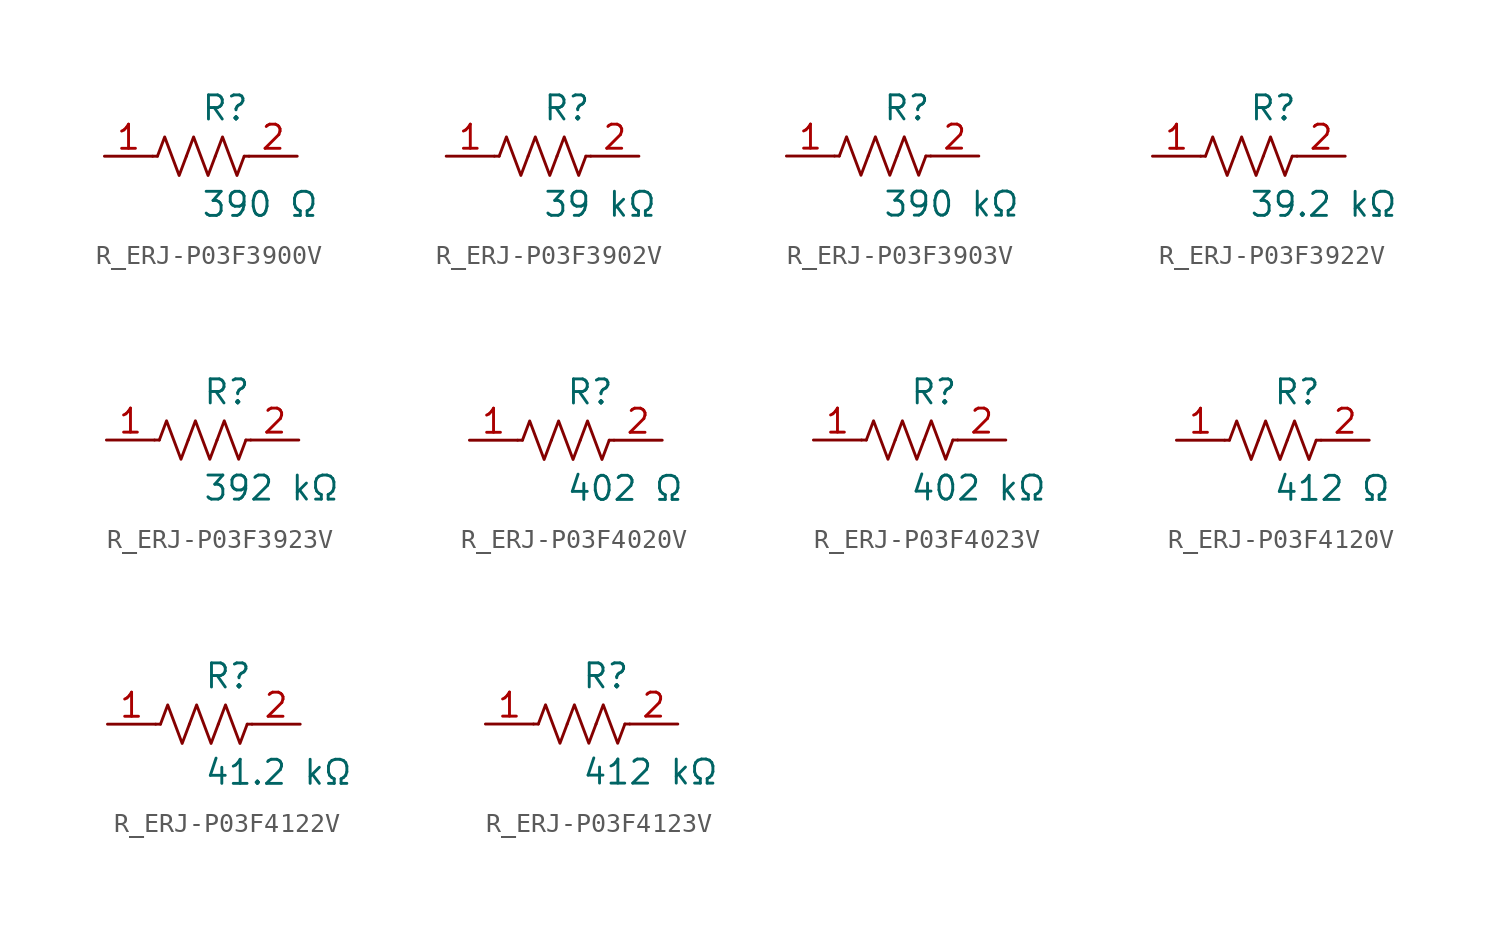
<source format=kicad_sym>
(kicad_symbol_lib
  (version 20231120)
  (generator kicad_symbol_editor)
  (generator_version 8.0)
  (symbol "R_ERJ-P03F3900V"
    (pin_names
      (offset 0.254))
    (property "Reference" "R"
      (at 0.0 2.54 0)
      (effects (font (size 1.27 1.27)) (justify left)))
    (property "Value" "390 Ω"
      (at 0.0 -2.54 0)
      (effects (font (size 1.27 1.27)) (justify left)))
    (symbol "R_ERJ-P03F3900V_0_1"
      (polyline (pts (xy 2.286 0) (xy 2.54 0)) (stroke (width 0) (type default)) (fill (type none)))
      (polyline (pts (xy -2.286 0) (xy -2.54 0)) (stroke (width 0) (type default)) (fill (type none)))
      (polyline (pts (xy 0.762 0) (xy 1.143 1.016) (xy 1.524 0) (xy 1.905 -1.016) (xy 2.286 0)) (stroke (width 0) (type default)) (fill (type none)))
      (polyline (pts (xy -0.762 0) (xy -0.381 1.016) (xy 0 0) (xy 0.381 -1.016) (xy 0.762 0)) (stroke (width 0) (type default)) (fill (type none)))
      (polyline (pts (xy -2.286 0) (xy -1.905 1.016) (xy -1.524 0) (xy -1.143 -1.016) (xy -0.762 0)) (stroke (width 0) (type default)) (fill (type none))))
    (pin unspecified line
      (at -5.08 0 0)
      (length 2.54)
      (name "" (effects (font (size 1.27 1.27))))
      (number "1" (effects (font (size 1.27 1.27)))))
    (pin unspecified line
      (at 5.08 0 180)
      (length 2.54)
      (name "" (effects (font (size 1.27 1.27))))
      (number "2" (effects (font (size 1.27 1.27))))))
  (symbol "R_ERJ-P03F3902V"
    (pin_names
      (offset 0.254))
    (property "Reference" "R"
      (at 0.0 2.54 0)
      (effects (font (size 1.27 1.27)) (justify left)))
    (property "Value" "39 kΩ"
      (at 0.0 -2.54 0)
      (effects (font (size 1.27 1.27)) (justify left)))
    (symbol "R_ERJ-P03F3902V_0_1"
      (polyline (pts (xy 2.286 0) (xy 2.54 0)) (stroke (width 0) (type default)) (fill (type none)))
      (polyline (pts (xy -2.286 0) (xy -2.54 0)) (stroke (width 0) (type default)) (fill (type none)))
      (polyline (pts (xy 0.762 0) (xy 1.143 1.016) (xy 1.524 0) (xy 1.905 -1.016) (xy 2.286 0)) (stroke (width 0) (type default)) (fill (type none)))
      (polyline (pts (xy -0.762 0) (xy -0.381 1.016) (xy 0 0) (xy 0.381 -1.016) (xy 0.762 0)) (stroke (width 0) (type default)) (fill (type none)))
      (polyline (pts (xy -2.286 0) (xy -1.905 1.016) (xy -1.524 0) (xy -1.143 -1.016) (xy -0.762 0)) (stroke (width 0) (type default)) (fill (type none))))
    (pin unspecified line
      (at -5.08 0 0)
      (length 2.54)
      (name "" (effects (font (size 1.27 1.27))))
      (number "1" (effects (font (size 1.27 1.27)))))
    (pin unspecified line
      (at 5.08 0 180)
      (length 2.54)
      (name "" (effects (font (size 1.27 1.27))))
      (number "2" (effects (font (size 1.27 1.27))))))
  (symbol "R_ERJ-P03F3903V"
    (pin_names
      (offset 0.254))
    (property "Reference" "R"
      (at 0.0 2.54 0)
      (effects (font (size 1.27 1.27)) (justify left)))
    (property "Value" "390 kΩ"
      (at 0.0 -2.54 0)
      (effects (font (size 1.27 1.27)) (justify left)))
    (symbol "R_ERJ-P03F3903V_0_1"
      (polyline (pts (xy 2.286 0) (xy 2.54 0)) (stroke (width 0) (type default)) (fill (type none)))
      (polyline (pts (xy -2.286 0) (xy -2.54 0)) (stroke (width 0) (type default)) (fill (type none)))
      (polyline (pts (xy 0.762 0) (xy 1.143 1.016) (xy 1.524 0) (xy 1.905 -1.016) (xy 2.286 0)) (stroke (width 0) (type default)) (fill (type none)))
      (polyline (pts (xy -0.762 0) (xy -0.381 1.016) (xy 0 0) (xy 0.381 -1.016) (xy 0.762 0)) (stroke (width 0) (type default)) (fill (type none)))
      (polyline (pts (xy -2.286 0) (xy -1.905 1.016) (xy -1.524 0) (xy -1.143 -1.016) (xy -0.762 0)) (stroke (width 0) (type default)) (fill (type none))))
    (pin unspecified line
      (at -5.08 0 0)
      (length 2.54)
      (name "" (effects (font (size 1.27 1.27))))
      (number "1" (effects (font (size 1.27 1.27)))))
    (pin unspecified line
      (at 5.08 0 180)
      (length 2.54)
      (name "" (effects (font (size 1.27 1.27))))
      (number "2" (effects (font (size 1.27 1.27))))))
  (symbol "R_ERJ-P03F3922V"
    (pin_names
      (offset 0.254))
    (property "Reference" "R"
      (at 0.0 2.54 0)
      (effects (font (size 1.27 1.27)) (justify left)))
    (property "Value" "39.2 kΩ"
      (at 0.0 -2.54 0)
      (effects (font (size 1.27 1.27)) (justify left)))
    (symbol "R_ERJ-P03F3922V_0_1"
      (polyline (pts (xy 2.286 0) (xy 2.54 0)) (stroke (width 0) (type default)) (fill (type none)))
      (polyline (pts (xy -2.286 0) (xy -2.54 0)) (stroke (width 0) (type default)) (fill (type none)))
      (polyline (pts (xy 0.762 0) (xy 1.143 1.016) (xy 1.524 0) (xy 1.905 -1.016) (xy 2.286 0)) (stroke (width 0) (type default)) (fill (type none)))
      (polyline (pts (xy -0.762 0) (xy -0.381 1.016) (xy 0 0) (xy 0.381 -1.016) (xy 0.762 0)) (stroke (width 0) (type default)) (fill (type none)))
      (polyline (pts (xy -2.286 0) (xy -1.905 1.016) (xy -1.524 0) (xy -1.143 -1.016) (xy -0.762 0)) (stroke (width 0) (type default)) (fill (type none))))
    (pin unspecified line
      (at -5.08 0 0)
      (length 2.54)
      (name "" (effects (font (size 1.27 1.27))))
      (number "1" (effects (font (size 1.27 1.27)))))
    (pin unspecified line
      (at 5.08 0 180)
      (length 2.54)
      (name "" (effects (font (size 1.27 1.27))))
      (number "2" (effects (font (size 1.27 1.27))))))
  (symbol "R_ERJ-P03F3923V"
    (pin_names
      (offset 0.254))
    (property "Reference" "R"
      (at 0.0 2.54 0)
      (effects (font (size 1.27 1.27)) (justify left)))
    (property "Value" "392 kΩ"
      (at 0.0 -2.54 0)
      (effects (font (size 1.27 1.27)) (justify left)))
    (symbol "R_ERJ-P03F3923V_0_1"
      (polyline (pts (xy 2.286 0) (xy 2.54 0)) (stroke (width 0) (type default)) (fill (type none)))
      (polyline (pts (xy -2.286 0) (xy -2.54 0)) (stroke (width 0) (type default)) (fill (type none)))
      (polyline (pts (xy 0.762 0) (xy 1.143 1.016) (xy 1.524 0) (xy 1.905 -1.016) (xy 2.286 0)) (stroke (width 0) (type default)) (fill (type none)))
      (polyline (pts (xy -0.762 0) (xy -0.381 1.016) (xy 0 0) (xy 0.381 -1.016) (xy 0.762 0)) (stroke (width 0) (type default)) (fill (type none)))
      (polyline (pts (xy -2.286 0) (xy -1.905 1.016) (xy -1.524 0) (xy -1.143 -1.016) (xy -0.762 0)) (stroke (width 0) (type default)) (fill (type none))))
    (pin unspecified line
      (at -5.08 0 0)
      (length 2.54)
      (name "" (effects (font (size 1.27 1.27))))
      (number "1" (effects (font (size 1.27 1.27)))))
    (pin unspecified line
      (at 5.08 0 180)
      (length 2.54)
      (name "" (effects (font (size 1.27 1.27))))
      (number "2" (effects (font (size 1.27 1.27))))))
  (symbol "R_ERJ-P03F4020V"
    (pin_names
      (offset 0.254))
    (property "Reference" "R"
      (at 0.0 2.54 0)
      (effects (font (size 1.27 1.27)) (justify left)))
    (property "Value" "402 Ω"
      (at 0.0 -2.54 0)
      (effects (font (size 1.27 1.27)) (justify left)))
    (symbol "R_ERJ-P03F4020V_0_1"
      (polyline (pts (xy 2.286 0) (xy 2.54 0)) (stroke (width 0) (type default)) (fill (type none)))
      (polyline (pts (xy -2.286 0) (xy -2.54 0)) (stroke (width 0) (type default)) (fill (type none)))
      (polyline (pts (xy 0.762 0) (xy 1.143 1.016) (xy 1.524 0) (xy 1.905 -1.016) (xy 2.286 0)) (stroke (width 0) (type default)) (fill (type none)))
      (polyline (pts (xy -0.762 0) (xy -0.381 1.016) (xy 0 0) (xy 0.381 -1.016) (xy 0.762 0)) (stroke (width 0) (type default)) (fill (type none)))
      (polyline (pts (xy -2.286 0) (xy -1.905 1.016) (xy -1.524 0) (xy -1.143 -1.016) (xy -0.762 0)) (stroke (width 0) (type default)) (fill (type none))))
    (pin unspecified line
      (at -5.08 0 0)
      (length 2.54)
      (name "" (effects (font (size 1.27 1.27))))
      (number "1" (effects (font (size 1.27 1.27)))))
    (pin unspecified line
      (at 5.08 0 180)
      (length 2.54)
      (name "" (effects (font (size 1.27 1.27))))
      (number "2" (effects (font (size 1.27 1.27))))))
  (symbol "R_ERJ-P03F4023V"
    (pin_names
      (offset 0.254))
    (property "Reference" "R"
      (at 0.0 2.54 0)
      (effects (font (size 1.27 1.27)) (justify left)))
    (property "Value" "402 kΩ"
      (at 0.0 -2.54 0)
      (effects (font (size 1.27 1.27)) (justify left)))
    (symbol "R_ERJ-P03F4023V_0_1"
      (polyline (pts (xy 2.286 0) (xy 2.54 0)) (stroke (width 0) (type default)) (fill (type none)))
      (polyline (pts (xy -2.286 0) (xy -2.54 0)) (stroke (width 0) (type default)) (fill (type none)))
      (polyline (pts (xy 0.762 0) (xy 1.143 1.016) (xy 1.524 0) (xy 1.905 -1.016) (xy 2.286 0)) (stroke (width 0) (type default)) (fill (type none)))
      (polyline (pts (xy -0.762 0) (xy -0.381 1.016) (xy 0 0) (xy 0.381 -1.016) (xy 0.762 0)) (stroke (width 0) (type default)) (fill (type none)))
      (polyline (pts (xy -2.286 0) (xy -1.905 1.016) (xy -1.524 0) (xy -1.143 -1.016) (xy -0.762 0)) (stroke (width 0) (type default)) (fill (type none))))
    (pin unspecified line
      (at -5.08 0 0)
      (length 2.54)
      (name "" (effects (font (size 1.27 1.27))))
      (number "1" (effects (font (size 1.27 1.27)))))
    (pin unspecified line
      (at 5.08 0 180)
      (length 2.54)
      (name "" (effects (font (size 1.27 1.27))))
      (number "2" (effects (font (size 1.27 1.27))))))
  (symbol "R_ERJ-P03F4120V"
    (pin_names
      (offset 0.254))
    (property "Reference" "R"
      (at 0.0 2.54 0)
      (effects (font (size 1.27 1.27)) (justify left)))
    (property "Value" "412 Ω"
      (at 0.0 -2.54 0)
      (effects (font (size 1.27 1.27)) (justify left)))
    (symbol "R_ERJ-P03F4120V_0_1"
      (polyline (pts (xy 2.286 0) (xy 2.54 0)) (stroke (width 0) (type default)) (fill (type none)))
      (polyline (pts (xy -2.286 0) (xy -2.54 0)) (stroke (width 0) (type default)) (fill (type none)))
      (polyline (pts (xy 0.762 0) (xy 1.143 1.016) (xy 1.524 0) (xy 1.905 -1.016) (xy 2.286 0)) (stroke (width 0) (type default)) (fill (type none)))
      (polyline (pts (xy -0.762 0) (xy -0.381 1.016) (xy 0 0) (xy 0.381 -1.016) (xy 0.762 0)) (stroke (width 0) (type default)) (fill (type none)))
      (polyline (pts (xy -2.286 0) (xy -1.905 1.016) (xy -1.524 0) (xy -1.143 -1.016) (xy -0.762 0)) (stroke (width 0) (type default)) (fill (type none))))
    (pin unspecified line
      (at -5.08 0 0)
      (length 2.54)
      (name "" (effects (font (size 1.27 1.27))))
      (number "1" (effects (font (size 1.27 1.27)))))
    (pin unspecified line
      (at 5.08 0 180)
      (length 2.54)
      (name "" (effects (font (size 1.27 1.27))))
      (number "2" (effects (font (size 1.27 1.27))))))
  (symbol "R_ERJ-P03F4122V"
    (pin_names
      (offset 0.254))
    (property "Reference" "R"
      (at 0.0 2.54 0)
      (effects (font (size 1.27 1.27)) (justify left)))
    (property "Value" "41.2 kΩ"
      (at 0.0 -2.54 0)
      (effects (font (size 1.27 1.27)) (justify left)))
    (symbol "R_ERJ-P03F4122V_0_1"
      (polyline (pts (xy 2.286 0) (xy 2.54 0)) (stroke (width 0) (type default)) (fill (type none)))
      (polyline (pts (xy -2.286 0) (xy -2.54 0)) (stroke (width 0) (type default)) (fill (type none)))
      (polyline (pts (xy 0.762 0) (xy 1.143 1.016) (xy 1.524 0) (xy 1.905 -1.016) (xy 2.286 0)) (stroke (width 0) (type default)) (fill (type none)))
      (polyline (pts (xy -0.762 0) (xy -0.381 1.016) (xy 0 0) (xy 0.381 -1.016) (xy 0.762 0)) (stroke (width 0) (type default)) (fill (type none)))
      (polyline (pts (xy -2.286 0) (xy -1.905 1.016) (xy -1.524 0) (xy -1.143 -1.016) (xy -0.762 0)) (stroke (width 0) (type default)) (fill (type none))))
    (pin unspecified line
      (at -5.08 0 0)
      (length 2.54)
      (name "" (effects (font (size 1.27 1.27))))
      (number "1" (effects (font (size 1.27 1.27)))))
    (pin unspecified line
      (at 5.08 0 180)
      (length 2.54)
      (name "" (effects (font (size 1.27 1.27))))
      (number "2" (effects (font (size 1.27 1.27))))))
  (symbol "R_ERJ-P03F4123V"
    (pin_names
      (offset 0.254))
    (property "Reference" "R"
      (at 0.0 2.54 0)
      (effects (font (size 1.27 1.27)) (justify left)))
    (property "Value" "412 kΩ"
      (at 0.0 -2.54 0)
      (effects (font (size 1.27 1.27)) (justify left)))
    (symbol "R_ERJ-P03F4123V_0_1"
      (polyline (pts (xy 2.286 0) (xy 2.54 0)) (stroke (width 0) (type default)) (fill (type none)))
      (polyline (pts (xy -2.286 0) (xy -2.54 0)) (stroke (width 0) (type default)) (fill (type none)))
      (polyline (pts (xy 0.762 0) (xy 1.143 1.016) (xy 1.524 0) (xy 1.905 -1.016) (xy 2.286 0)) (stroke (width 0) (type default)) (fill (type none)))
      (polyline (pts (xy -0.762 0) (xy -0.381 1.016) (xy 0 0) (xy 0.381 -1.016) (xy 0.762 0)) (stroke (width 0) (type default)) (fill (type none)))
      (polyline (pts (xy -2.286 0) (xy -1.905 1.016) (xy -1.524 0) (xy -1.143 -1.016) (xy -0.762 0)) (stroke (width 0) (type default)) (fill (type none))))
    (pin unspecified line
      (at -5.08 0 0)
      (length 2.54)
      (name "" (effects (font (size 1.27 1.27))))
      (number "1" (effects (font (size 1.27 1.27)))))
    (pin unspecified line
      (at 5.08 0 180)
      (length 2.54)
      (name "" (effects (font (size 1.27 1.27))))
      (number "2" (effects (font (size 1.27 1.27)))))))
</source>
